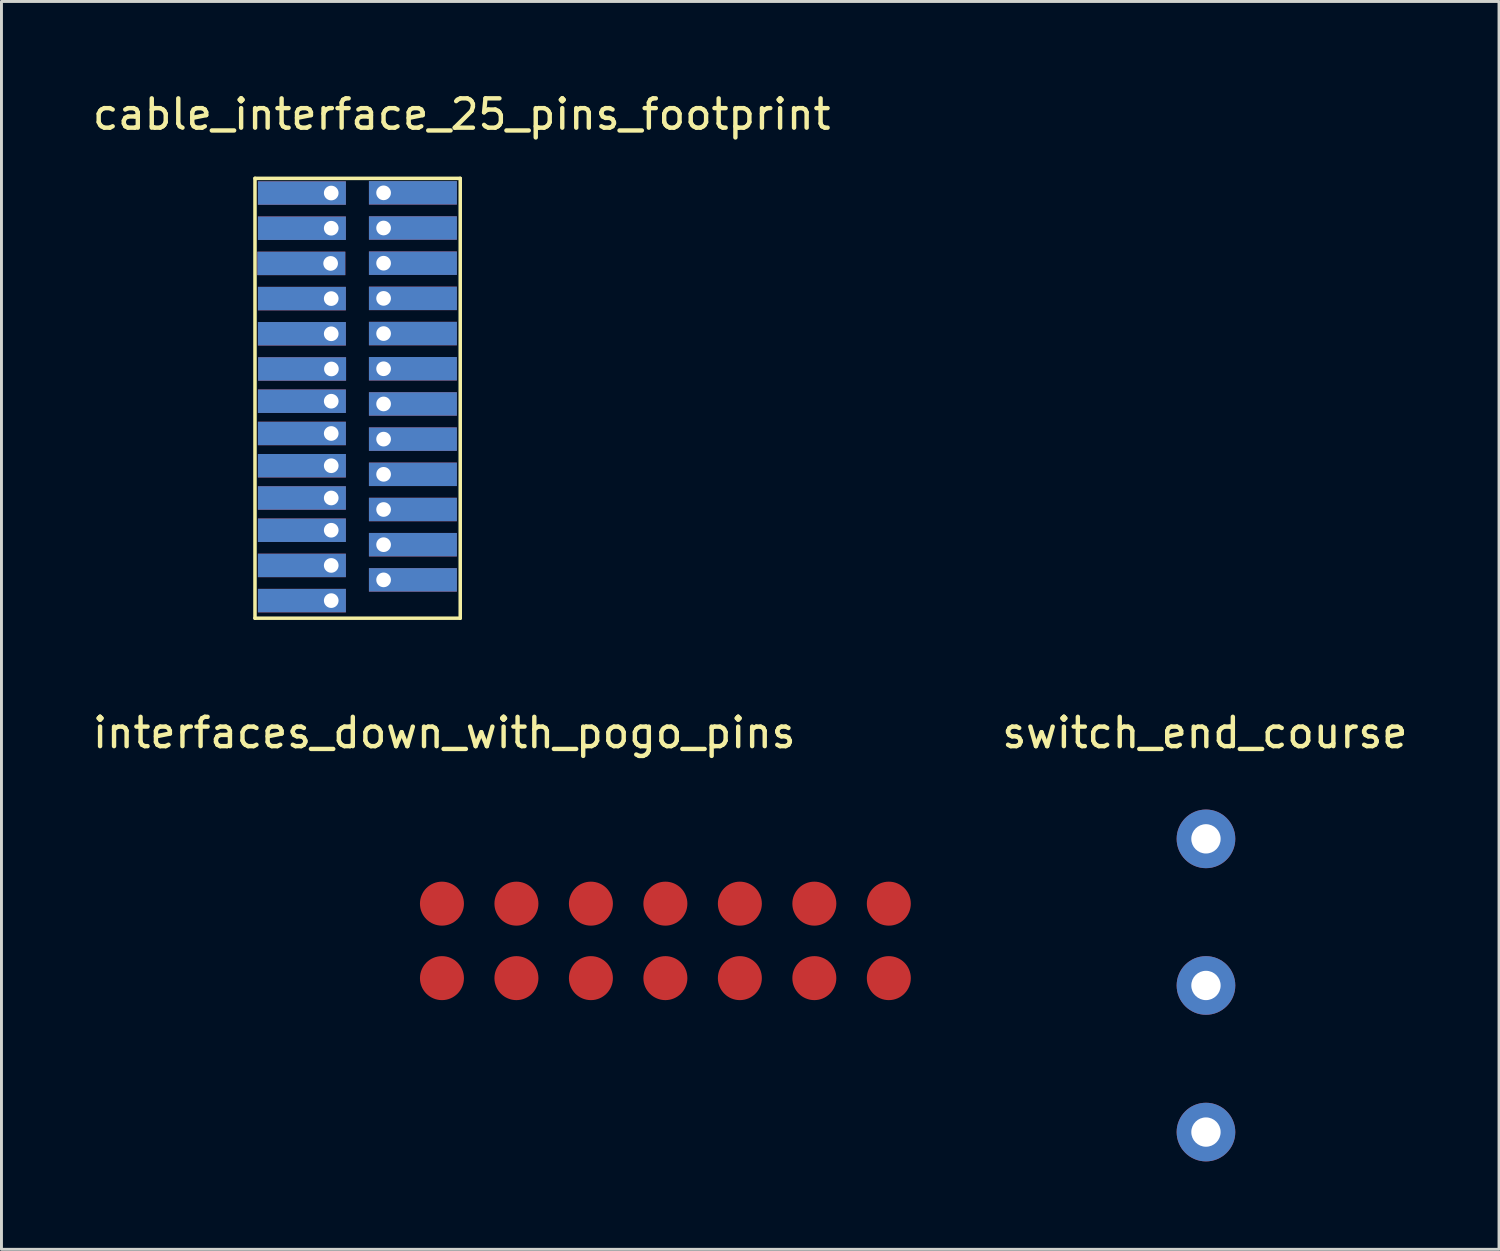
<source format=kicad_pcb>
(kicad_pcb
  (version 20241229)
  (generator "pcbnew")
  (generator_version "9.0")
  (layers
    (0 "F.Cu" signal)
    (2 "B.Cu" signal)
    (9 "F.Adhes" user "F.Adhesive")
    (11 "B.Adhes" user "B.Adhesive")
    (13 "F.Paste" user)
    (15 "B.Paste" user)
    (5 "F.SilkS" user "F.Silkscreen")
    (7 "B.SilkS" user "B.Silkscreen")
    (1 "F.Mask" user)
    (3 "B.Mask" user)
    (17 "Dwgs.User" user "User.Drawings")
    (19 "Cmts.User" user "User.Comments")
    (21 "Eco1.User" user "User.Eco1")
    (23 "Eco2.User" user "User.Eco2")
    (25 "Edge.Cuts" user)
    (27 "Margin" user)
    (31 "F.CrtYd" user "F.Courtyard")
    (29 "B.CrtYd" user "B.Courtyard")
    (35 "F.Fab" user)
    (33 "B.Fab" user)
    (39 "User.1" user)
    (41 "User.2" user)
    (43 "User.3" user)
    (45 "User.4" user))
  (footprint "interfaces_down_with_pogo_pins"
    (layer "F.Cu")
    (at 12.022 27.768)
    (property "Reference" "interfaces_down_with_pogo_pins" (at 0.079 -5.827 0) (layer "F.SilkS") (effects (font (size 1 1) (thickness 0.15))))
    (attr through_hole)
    (pad "1" smd circle (at 0 0) (size 1.5 1.5) (layers "F.Cu" "F.Mask" "F.Paste"))
    (pad "2" smd circle (at 2.54 0) (size 1.5 1.5) (layers "F.Cu" "F.Mask" "F.Paste"))
    (pad "3" smd circle (at 5.08 0) (size 1.5 1.5) (layers "F.Cu" "F.Mask" "F.Paste"))
    (pad "4" smd circle (at 7.62 0) (size 1.5 1.5) (layers "F.Cu" "F.Mask" "F.Paste"))
    (pad "5" smd circle (at 10.16 0) (size 1.5 1.5) (layers "F.Cu" "F.Mask" "F.Paste"))
    (pad "6" smd circle (at 12.7 0) (size 1.5 1.5) (layers "F.Cu" "F.Mask" "F.Paste"))
    (pad "7" smd circle (at 15.24 0) (size 1.5 1.5) (layers "F.Cu" "F.Mask" "F.Paste"))
    (pad "8" smd circle (at 0 2.54) (size 1.5 1.5) (layers "F.Cu" "F.Mask" "F.Paste"))
    (pad "9" smd circle (at 2.54 2.54) (size 1.5 1.5) (layers "F.Cu" "F.Mask" "F.Paste"))
    (pad "10" smd circle (at 5.08 2.54) (size 1.5 1.5) (layers "F.Cu" "F.Mask" "F.Paste"))
    (pad "11" smd circle (at 7.62 2.54) (size 1.5 1.5) (layers "F.Cu" "F.Mask" "F.Paste"))
    (pad "12" smd circle (at 10.16 2.54) (size 1.5 1.5) (layers "F.Cu" "F.Mask" "F.Paste"))
    (pad "13" smd circle (at 12.7 2.54) (size 1.5 1.5) (layers "F.Cu" "F.Mask" "F.Paste"))
    (pad "14" smd circle (at 15.24 2.54) (size 1.5 1.5) (layers "F.Cu" "F.Mask" "F.Paste")))
  (footprint "switch_end_course"
    (layer "F.Cu")
    (at 38.078 25.558)
    (property "Reference" "switch_end_course" (at -0.036 -3.617 0) (layer "F.SilkS") (effects (font (size 1 1) (thickness 0.15))))
    (attr through_hole)
    (pad "1" thru_hole circle (at 0 0) (size 2 2) (drill 1) (layers "*.Cu" "*.Mask"))
    (pad "2" thru_hole circle (at 0 5) (size 2 2) (drill 1) (layers "*.Cu" "*.Mask"))
    (pad "3" thru_hole circle (at 0 10) (size 2 2) (drill 1) (layers "*.Cu" "*.Mask")))
  (footprint "cable_interface_25_pins_footprint"
    (layer "F.Cu")
    (at 12.646 3.033)
    (property "Reference" "cable_interface_25_pins_footprint" (at 0.051 -2.184 0) (layer "F.SilkS") (effects (font (size 1 1) (thickness 0.15))))
    (attr through_hole)
    (fp_line (start -7 0) (end 0 0) (stroke (width 0.12) (type solid)) (layer "F.SilkS"))
    (fp_line (start -7 15) (end -7 0) (stroke (width 0.12) (type solid)) (layer "F.SilkS"))
    (fp_line (start 0 0) (end 0 15) (stroke (width 0.12) (type solid)) (layer "F.SilkS"))
    (fp_line (start 0 15) (end -7 15) (stroke (width 0.12) (type solid)) (layer "F.SilkS"))
    (pad "1" thru_hole rect (at -4.4 0.5) (size 3 0.8) (drill 0.5 (offset -1 0)) (layers "*.Cu" "*.Mask"))
    (pad "2" thru_hole rect (at -4.4 1.7) (size 3 0.8) (drill 0.5 (offset -1 0)) (layers "*.Cu" "*.Mask"))
    (pad "3" thru_hole rect (at -4.42 2.9) (size 3 0.8) (drill 0.5 (offset -1 0)) (layers "*.Cu" "*.Mask"))
    (pad "4" thru_hole rect (at -4.4 4.1) (size 3 0.8) (drill 0.5 (offset -1 0)) (layers "*.Cu" "*.Mask"))
    (pad "5" thru_hole rect (at -4.4 5.3) (size 3 0.8) (drill 0.5 (offset -1 0)) (layers "*.Cu" "*.Mask"))
    (pad "6" thru_hole rect (at -4.394 6.5) (size 3 0.8) (drill 0.5 (offset -1 0)) (layers "*.Cu" "*.Mask"))
    (pad "7" thru_hole rect (at -4.4 7.6) (size 3 0.8) (drill 0.5 (offset -1 0)) (layers "*.Cu" "*.Mask"))
    (pad "8" thru_hole rect (at -4.4 8.7) (size 3 0.8) (drill 0.5 (offset -1 0)) (layers "*.Cu" "*.Mask"))
    (pad "9" thru_hole rect (at -4.4 9.8) (size 3 0.8) (drill 0.5 (offset -1 0)) (layers "*.Cu" "*.Mask"))
    (pad "10" thru_hole rect (at -4.4 10.9) (size 3 0.8) (drill 0.5 (offset -1 0)) (layers "*.Cu" "*.Mask"))
    (pad "11" thru_hole rect (at -4.4 12) (size 3 0.8) (drill 0.5 (offset -1 0)) (layers "*.Cu" "*.Mask"))
    (pad "12" thru_hole rect (at -4.4 13.2) (size 3 0.8) (drill 0.5 (offset -1 0)) (layers "*.Cu" "*.Mask"))
    (pad "13" thru_hole rect (at -4.4 14.4) (size 3 0.8) (drill 0.5 (offset -1 0)) (layers "*.Cu" "*.Mask"))
    (pad "14" thru_hole rect (at -2.614 0.493 180) (size 3 0.8) (drill 0.5 (offset -1 0)) (layers "*.Cu" "*.Mask"))
    (pad "15" thru_hole rect (at -2.614 1.693 180) (size 3 0.8) (drill 0.5 (offset -1 0)) (layers "*.Cu" "*.Mask"))
    (pad "16" thru_hole rect (at -2.614 2.893 180) (size 3 0.8) (drill 0.5 (offset -1 0)) (layers "*.Cu" "*.Mask"))
    (pad "17" thru_hole rect (at -2.614 4.093 180) (size 3 0.8) (drill 0.5 (offset -1 0)) (layers "*.Cu" "*.Mask"))
    (pad "18" thru_hole rect (at -2.614 5.293 180) (size 3 0.8) (drill 0.5 (offset -1 0)) (layers "*.Cu" "*.Mask"))
    (pad "19" thru_hole rect (at -2.614 6.493 180) (size 3 0.8) (drill 0.5 (offset -1 0)) (layers "*.Cu" "*.Mask"))
    (pad "20" thru_hole rect (at -2.614 7.693 180) (size 3 0.8) (drill 0.5 (offset -1 0)) (layers "*.Cu" "*.Mask"))
    (pad "21" thru_hole rect (at -2.614 8.893 180) (size 3 0.8) (drill 0.5 (offset -1 0)) (layers "*.Cu" "*.Mask"))
    (pad "22" thru_hole rect (at -2.614 10.093 180) (size 3 0.8) (drill 0.5 (offset -1 0)) (layers "*.Cu" "*.Mask"))
    (pad "23" thru_hole rect (at -2.614 11.293 180) (size 3 0.8) (drill 0.5 (offset -1 0)) (layers "*.Cu" "*.Mask"))
    (pad "24" thru_hole rect (at -2.614 12.493 180) (size 3 0.8) (drill 0.5 (offset -1 0)) (layers "*.Cu" "*.Mask"))
    (pad "25" thru_hole rect (at -2.614 13.693 180) (size 3 0.8) (drill 0.5 (offset -1 0)) (layers "*.Cu" "*.Mask")))
  (gr_rect
    (start -3 -3)
    (end 48.072 39.558)
    (stroke (width 0.1) (type default))
    (fill no)
    (layer "Edge.Cuts")))
</source>
